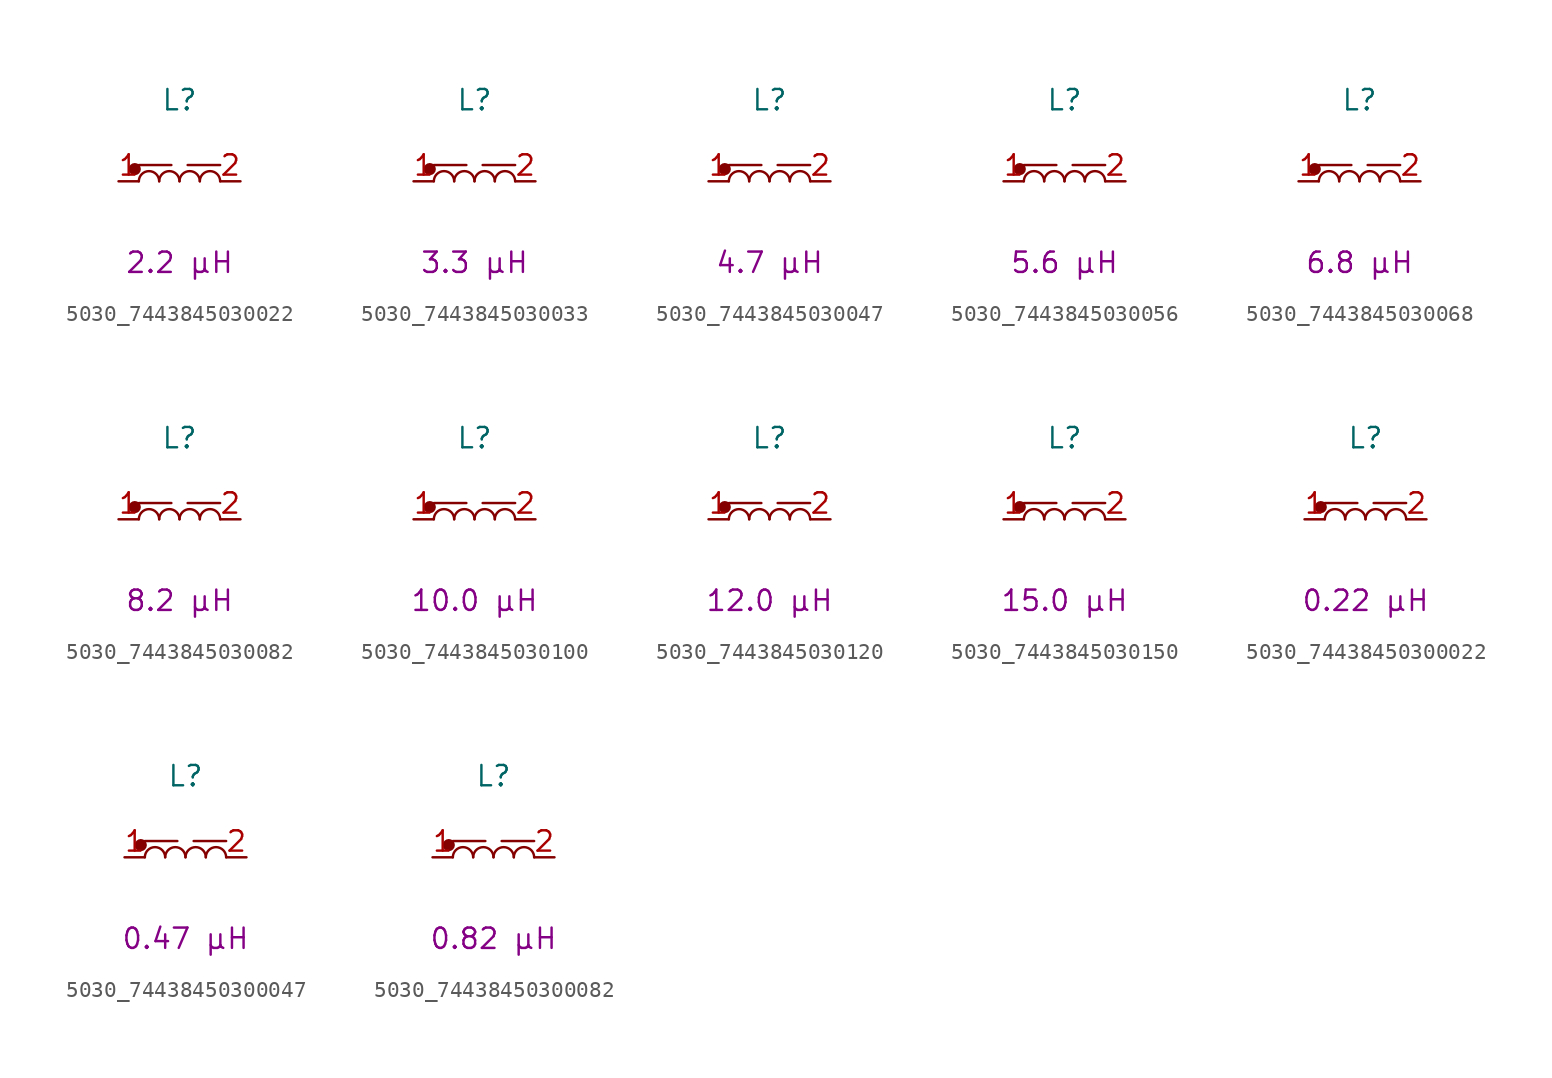
<source format=kicad_sym>
(kicad_symbol_lib
  (version 20220914)
  (generator kicad_symbol_editor)
  (symbol "5030_7443845030022"
    (pin_names hide)
    (property "Reference" "L"
      (at 0 5.08 0)
      (effects (font (size 1.27 1.27))))
    (property "Critical Parameter" "2.2 µH"
      (at 0 -5.08 0)
      (effects (font (size 1.27 1.27))))
    (symbol "5030_7443845030022_0_1"
      (arc (start -1.27 0) (mid -1.905 0.6323) (end -2.54 0) (stroke (width 0) (type default)) (fill (type none)))
      (arc (start 0 0) (mid -0.635 0.6323) (end -1.27 0) (stroke (width 0) (type default)) (fill (type none)))
      (polyline (pts (xy -2.54 1.016) (xy -0.508 1.016)) (stroke (width 0) (type default)) (fill (type none)))
      (arc (start 1.27 0) (mid 0.635 0.6323) (end 0 0) (stroke (width 0) (type default)) (fill (type none)))
      (arc (start 2.54 0) (mid 1.905 0.6323) (end 1.27 0) (stroke (width 0) (type default)) (fill (type none))))
    (symbol "5030_7443845030022_1_1"
      (circle (center -2.794 0.762) (radius 0.0001) (stroke (width 0.381) (type default)) (fill (type none)))
      (polyline (pts (xy 2.54 1.016) (xy 0.508 1.016)) (stroke (width 0) (type default)) (fill (type none)))
      (pin passive line (at -3.81 0 0) (length 1.27) (name "1" (effects (font (size 1.27 1.27)))) (number "1" (effects (font (size 1.27 1.27)))))
      (pin passive line (at 3.81 0 180) (length 1.27) (name "2" (effects (font (size 1.27 1.27)))) (number "2" (effects (font (size 1.27 1.27)))))))
  (symbol "5030_7443845030033"
    (pin_names hide)
    (property "Reference" "L"
      (at 0 5.08 0)
      (effects (font (size 1.27 1.27))))
    (property "Critical Parameter" "3.3 µH"
      (at 0 -5.08 0)
      (effects (font (size 1.27 1.27))))
    (symbol "5030_7443845030033_0_1"
      (arc (start -1.27 0) (mid -1.905 0.6323) (end -2.54 0) (stroke (width 0) (type default)) (fill (type none)))
      (arc (start 0 0) (mid -0.635 0.6323) (end -1.27 0) (stroke (width 0) (type default)) (fill (type none)))
      (polyline (pts (xy -2.54 1.016) (xy -0.508 1.016)) (stroke (width 0) (type default)) (fill (type none)))
      (arc (start 1.27 0) (mid 0.635 0.6323) (end 0 0) (stroke (width 0) (type default)) (fill (type none)))
      (arc (start 2.54 0) (mid 1.905 0.6323) (end 1.27 0) (stroke (width 0) (type default)) (fill (type none))))
    (symbol "5030_7443845030033_1_1"
      (circle (center -2.794 0.762) (radius 0.0001) (stroke (width 0.381) (type default)) (fill (type none)))
      (polyline (pts (xy 2.54 1.016) (xy 0.508 1.016)) (stroke (width 0) (type default)) (fill (type none)))
      (pin passive line (at -3.81 0 0) (length 1.27) (name "1" (effects (font (size 1.27 1.27)))) (number "1" (effects (font (size 1.27 1.27)))))
      (pin passive line (at 3.81 0 180) (length 1.27) (name "2" (effects (font (size 1.27 1.27)))) (number "2" (effects (font (size 1.27 1.27)))))))
  (symbol "5030_7443845030047"
    (pin_names hide)
    (property "Reference" "L"
      (at 0 5.08 0)
      (effects (font (size 1.27 1.27))))
    (property "Critical Parameter" "4.7 µH"
      (at 0 -5.08 0)
      (effects (font (size 1.27 1.27))))
    (symbol "5030_7443845030047_0_1"
      (arc (start -1.27 0) (mid -1.905 0.6323) (end -2.54 0) (stroke (width 0) (type default)) (fill (type none)))
      (arc (start 0 0) (mid -0.635 0.6323) (end -1.27 0) (stroke (width 0) (type default)) (fill (type none)))
      (polyline (pts (xy -2.54 1.016) (xy -0.508 1.016)) (stroke (width 0) (type default)) (fill (type none)))
      (arc (start 1.27 0) (mid 0.635 0.6323) (end 0 0) (stroke (width 0) (type default)) (fill (type none)))
      (arc (start 2.54 0) (mid 1.905 0.6323) (end 1.27 0) (stroke (width 0) (type default)) (fill (type none))))
    (symbol "5030_7443845030047_1_1"
      (circle (center -2.794 0.762) (radius 0.0001) (stroke (width 0.381) (type default)) (fill (type none)))
      (polyline (pts (xy 2.54 1.016) (xy 0.508 1.016)) (stroke (width 0) (type default)) (fill (type none)))
      (pin passive line (at -3.81 0 0) (length 1.27) (name "1" (effects (font (size 1.27 1.27)))) (number "1" (effects (font (size 1.27 1.27)))))
      (pin passive line (at 3.81 0 180) (length 1.27) (name "2" (effects (font (size 1.27 1.27)))) (number "2" (effects (font (size 1.27 1.27)))))))
  (symbol "5030_7443845030056"
    (pin_names hide)
    (property "Reference" "L"
      (at 0 5.08 0)
      (effects (font (size 1.27 1.27))))
    (property "Critical Parameter" "5.6 µH"
      (at 0 -5.08 0)
      (effects (font (size 1.27 1.27))))
    (symbol "5030_7443845030056_0_1"
      (arc (start -1.27 0) (mid -1.905 0.6323) (end -2.54 0) (stroke (width 0) (type default)) (fill (type none)))
      (arc (start 0 0) (mid -0.635 0.6323) (end -1.27 0) (stroke (width 0) (type default)) (fill (type none)))
      (polyline (pts (xy -2.54 1.016) (xy -0.508 1.016)) (stroke (width 0) (type default)) (fill (type none)))
      (arc (start 1.27 0) (mid 0.635 0.6323) (end 0 0) (stroke (width 0) (type default)) (fill (type none)))
      (arc (start 2.54 0) (mid 1.905 0.6323) (end 1.27 0) (stroke (width 0) (type default)) (fill (type none))))
    (symbol "5030_7443845030056_1_1"
      (circle (center -2.794 0.762) (radius 0.0001) (stroke (width 0.381) (type default)) (fill (type none)))
      (polyline (pts (xy 2.54 1.016) (xy 0.508 1.016)) (stroke (width 0) (type default)) (fill (type none)))
      (pin passive line (at -3.81 0 0) (length 1.27) (name "1" (effects (font (size 1.27 1.27)))) (number "1" (effects (font (size 1.27 1.27)))))
      (pin passive line (at 3.81 0 180) (length 1.27) (name "2" (effects (font (size 1.27 1.27)))) (number "2" (effects (font (size 1.27 1.27)))))))
  (symbol "5030_7443845030068"
    (pin_names hide)
    (property "Reference" "L"
      (at 0 5.08 0)
      (effects (font (size 1.27 1.27))))
    (property "Critical Parameter" "6.8 µH"
      (at 0 -5.08 0)
      (effects (font (size 1.27 1.27))))
    (symbol "5030_7443845030068_0_1"
      (arc (start -1.27 0) (mid -1.905 0.6323) (end -2.54 0) (stroke (width 0) (type default)) (fill (type none)))
      (arc (start 0 0) (mid -0.635 0.6323) (end -1.27 0) (stroke (width 0) (type default)) (fill (type none)))
      (polyline (pts (xy -2.54 1.016) (xy -0.508 1.016)) (stroke (width 0) (type default)) (fill (type none)))
      (arc (start 1.27 0) (mid 0.635 0.6323) (end 0 0) (stroke (width 0) (type default)) (fill (type none)))
      (arc (start 2.54 0) (mid 1.905 0.6323) (end 1.27 0) (stroke (width 0) (type default)) (fill (type none))))
    (symbol "5030_7443845030068_1_1"
      (circle (center -2.794 0.762) (radius 0.0001) (stroke (width 0.381) (type default)) (fill (type none)))
      (polyline (pts (xy 2.54 1.016) (xy 0.508 1.016)) (stroke (width 0) (type default)) (fill (type none)))
      (pin passive line (at -3.81 0 0) (length 1.27) (name "1" (effects (font (size 1.27 1.27)))) (number "1" (effects (font (size 1.27 1.27)))))
      (pin passive line (at 3.81 0 180) (length 1.27) (name "2" (effects (font (size 1.27 1.27)))) (number "2" (effects (font (size 1.27 1.27)))))))
  (symbol "5030_7443845030082"
    (pin_names hide)
    (property "Reference" "L"
      (at 0 5.08 0)
      (effects (font (size 1.27 1.27))))
    (property "Critical Parameter" "8.2 µH"
      (at 0 -5.08 0)
      (effects (font (size 1.27 1.27))))
    (symbol "5030_7443845030082_0_1"
      (arc (start -1.27 0) (mid -1.905 0.6323) (end -2.54 0) (stroke (width 0) (type default)) (fill (type none)))
      (arc (start 0 0) (mid -0.635 0.6323) (end -1.27 0) (stroke (width 0) (type default)) (fill (type none)))
      (polyline (pts (xy -2.54 1.016) (xy -0.508 1.016)) (stroke (width 0) (type default)) (fill (type none)))
      (arc (start 1.27 0) (mid 0.635 0.6323) (end 0 0) (stroke (width 0) (type default)) (fill (type none)))
      (arc (start 2.54 0) (mid 1.905 0.6323) (end 1.27 0) (stroke (width 0) (type default)) (fill (type none))))
    (symbol "5030_7443845030082_1_1"
      (circle (center -2.794 0.762) (radius 0.0001) (stroke (width 0.381) (type default)) (fill (type none)))
      (polyline (pts (xy 2.54 1.016) (xy 0.508 1.016)) (stroke (width 0) (type default)) (fill (type none)))
      (pin passive line (at -3.81 0 0) (length 1.27) (name "1" (effects (font (size 1.27 1.27)))) (number "1" (effects (font (size 1.27 1.27)))))
      (pin passive line (at 3.81 0 180) (length 1.27) (name "2" (effects (font (size 1.27 1.27)))) (number "2" (effects (font (size 1.27 1.27)))))))
  (symbol "5030_7443845030100"
    (pin_names hide)
    (property "Reference" "L"
      (at 0 5.08 0)
      (effects (font (size 1.27 1.27))))
    (property "Critical Parameter" "10.0 µH"
      (at 0 -5.08 0)
      (effects (font (size 1.27 1.27))))
    (symbol "5030_7443845030100_0_1"
      (arc (start -1.27 0) (mid -1.905 0.6323) (end -2.54 0) (stroke (width 0) (type default)) (fill (type none)))
      (arc (start 0 0) (mid -0.635 0.6323) (end -1.27 0) (stroke (width 0) (type default)) (fill (type none)))
      (polyline (pts (xy -2.54 1.016) (xy -0.508 1.016)) (stroke (width 0) (type default)) (fill (type none)))
      (arc (start 1.27 0) (mid 0.635 0.6323) (end 0 0) (stroke (width 0) (type default)) (fill (type none)))
      (arc (start 2.54 0) (mid 1.905 0.6323) (end 1.27 0) (stroke (width 0) (type default)) (fill (type none))))
    (symbol "5030_7443845030100_1_1"
      (circle (center -2.794 0.762) (radius 0.0001) (stroke (width 0.381) (type default)) (fill (type none)))
      (polyline (pts (xy 2.54 1.016) (xy 0.508 1.016)) (stroke (width 0) (type default)) (fill (type none)))
      (pin passive line (at -3.81 0 0) (length 1.27) (name "1" (effects (font (size 1.27 1.27)))) (number "1" (effects (font (size 1.27 1.27)))))
      (pin passive line (at 3.81 0 180) (length 1.27) (name "2" (effects (font (size 1.27 1.27)))) (number "2" (effects (font (size 1.27 1.27)))))))
  (symbol "5030_7443845030120"
    (pin_names hide)
    (property "Reference" "L"
      (at 0 5.08 0)
      (effects (font (size 1.27 1.27))))
    (property "Critical Parameter" "12.0 µH"
      (at 0 -5.08 0)
      (effects (font (size 1.27 1.27))))
    (symbol "5030_7443845030120_0_1"
      (arc (start -1.27 0) (mid -1.905 0.6323) (end -2.54 0) (stroke (width 0) (type default)) (fill (type none)))
      (arc (start 0 0) (mid -0.635 0.6323) (end -1.27 0) (stroke (width 0) (type default)) (fill (type none)))
      (polyline (pts (xy -2.54 1.016) (xy -0.508 1.016)) (stroke (width 0) (type default)) (fill (type none)))
      (arc (start 1.27 0) (mid 0.635 0.6323) (end 0 0) (stroke (width 0) (type default)) (fill (type none)))
      (arc (start 2.54 0) (mid 1.905 0.6323) (end 1.27 0) (stroke (width 0) (type default)) (fill (type none))))
    (symbol "5030_7443845030120_1_1"
      (circle (center -2.794 0.762) (radius 0.0001) (stroke (width 0.381) (type default)) (fill (type none)))
      (polyline (pts (xy 2.54 1.016) (xy 0.508 1.016)) (stroke (width 0) (type default)) (fill (type none)))
      (pin passive line (at -3.81 0 0) (length 1.27) (name "1" (effects (font (size 1.27 1.27)))) (number "1" (effects (font (size 1.27 1.27)))))
      (pin passive line (at 3.81 0 180) (length 1.27) (name "2" (effects (font (size 1.27 1.27)))) (number "2" (effects (font (size 1.27 1.27)))))))
  (symbol "5030_7443845030150"
    (pin_names hide)
    (property "Reference" "L"
      (at 0 5.08 0)
      (effects (font (size 1.27 1.27))))
    (property "Critical Parameter" "15.0 µH"
      (at 0 -5.08 0)
      (effects (font (size 1.27 1.27))))
    (symbol "5030_7443845030150_0_1"
      (arc (start -1.27 0) (mid -1.905 0.6323) (end -2.54 0) (stroke (width 0) (type default)) (fill (type none)))
      (arc (start 0 0) (mid -0.635 0.6323) (end -1.27 0) (stroke (width 0) (type default)) (fill (type none)))
      (polyline (pts (xy -2.54 1.016) (xy -0.508 1.016)) (stroke (width 0) (type default)) (fill (type none)))
      (arc (start 1.27 0) (mid 0.635 0.6323) (end 0 0) (stroke (width 0) (type default)) (fill (type none)))
      (arc (start 2.54 0) (mid 1.905 0.6323) (end 1.27 0) (stroke (width 0) (type default)) (fill (type none))))
    (symbol "5030_7443845030150_1_1"
      (circle (center -2.794 0.762) (radius 0.0001) (stroke (width 0.381) (type default)) (fill (type none)))
      (polyline (pts (xy 2.54 1.016) (xy 0.508 1.016)) (stroke (width 0) (type default)) (fill (type none)))
      (pin passive line (at -3.81 0 0) (length 1.27) (name "1" (effects (font (size 1.27 1.27)))) (number "1" (effects (font (size 1.27 1.27)))))
      (pin passive line (at 3.81 0 180) (length 1.27) (name "2" (effects (font (size 1.27 1.27)))) (number "2" (effects (font (size 1.27 1.27)))))))
  (symbol "5030_74438450300022"
    (pin_names hide)
    (property "Reference" "L"
      (at 0 5.08 0)
      (effects (font (size 1.27 1.27))))
    (property "Critical Parameter" "0.22 µH"
      (at 0 -5.08 0)
      (effects (font (size 1.27 1.27))))
    (symbol "5030_74438450300022_0_1"
      (arc (start -1.27 0) (mid -1.905 0.6323) (end -2.54 0) (stroke (width 0) (type default)) (fill (type none)))
      (arc (start 0 0) (mid -0.635 0.6323) (end -1.27 0) (stroke (width 0) (type default)) (fill (type none)))
      (polyline (pts (xy -2.54 1.016) (xy -0.508 1.016)) (stroke (width 0) (type default)) (fill (type none)))
      (arc (start 1.27 0) (mid 0.635 0.6323) (end 0 0) (stroke (width 0) (type default)) (fill (type none)))
      (arc (start 2.54 0) (mid 1.905 0.6323) (end 1.27 0) (stroke (width 0) (type default)) (fill (type none))))
    (symbol "5030_74438450300022_1_1"
      (circle (center -2.794 0.762) (radius 0.0001) (stroke (width 0.381) (type default)) (fill (type none)))
      (polyline (pts (xy 2.54 1.016) (xy 0.508 1.016)) (stroke (width 0) (type default)) (fill (type none)))
      (pin passive line (at -3.81 0 0) (length 1.27) (name "1" (effects (font (size 1.27 1.27)))) (number "1" (effects (font (size 1.27 1.27)))))
      (pin passive line (at 3.81 0 180) (length 1.27) (name "2" (effects (font (size 1.27 1.27)))) (number "2" (effects (font (size 1.27 1.27)))))))
  (symbol "5030_74438450300047"
    (pin_names hide)
    (property "Reference" "L"
      (at 0 5.08 0)
      (effects (font (size 1.27 1.27))))
    (property "Critical Parameter" "0.47 µH"
      (at 0 -5.08 0)
      (effects (font (size 1.27 1.27))))
    (symbol "5030_74438450300047_0_1"
      (arc (start -1.27 0) (mid -1.905 0.6323) (end -2.54 0) (stroke (width 0) (type default)) (fill (type none)))
      (arc (start 0 0) (mid -0.635 0.6323) (end -1.27 0) (stroke (width 0) (type default)) (fill (type none)))
      (polyline (pts (xy -2.54 1.016) (xy -0.508 1.016)) (stroke (width 0) (type default)) (fill (type none)))
      (arc (start 1.27 0) (mid 0.635 0.6323) (end 0 0) (stroke (width 0) (type default)) (fill (type none)))
      (arc (start 2.54 0) (mid 1.905 0.6323) (end 1.27 0) (stroke (width 0) (type default)) (fill (type none))))
    (symbol "5030_74438450300047_1_1"
      (circle (center -2.794 0.762) (radius 0.0001) (stroke (width 0.381) (type default)) (fill (type none)))
      (polyline (pts (xy 2.54 1.016) (xy 0.508 1.016)) (stroke (width 0) (type default)) (fill (type none)))
      (pin passive line (at -3.81 0 0) (length 1.27) (name "1" (effects (font (size 1.27 1.27)))) (number "1" (effects (font (size 1.27 1.27)))))
      (pin passive line (at 3.81 0 180) (length 1.27) (name "2" (effects (font (size 1.27 1.27)))) (number "2" (effects (font (size 1.27 1.27)))))))
  (symbol "5030_74438450300082"
    (pin_names hide)
    (property "Reference" "L"
      (at 0 5.08 0)
      (effects (font (size 1.27 1.27))))
    (property "Critical Parameter" "0.82 µH"
      (at 0 -5.08 0)
      (effects (font (size 1.27 1.27))))
    (symbol "5030_74438450300082_0_1"
      (arc (start -1.27 0) (mid -1.905 0.6323) (end -2.54 0) (stroke (width 0) (type default)) (fill (type none)))
      (arc (start 0 0) (mid -0.635 0.6323) (end -1.27 0) (stroke (width 0) (type default)) (fill (type none)))
      (polyline (pts (xy -2.54 1.016) (xy -0.508 1.016)) (stroke (width 0) (type default)) (fill (type none)))
      (arc (start 1.27 0) (mid 0.635 0.6323) (end 0 0) (stroke (width 0) (type default)) (fill (type none)))
      (arc (start 2.54 0) (mid 1.905 0.6323) (end 1.27 0) (stroke (width 0) (type default)) (fill (type none))))
    (symbol "5030_74438450300082_1_1"
      (circle (center -2.794 0.762) (radius 0.0001) (stroke (width 0.381) (type default)) (fill (type none)))
      (polyline (pts (xy 2.54 1.016) (xy 0.508 1.016)) (stroke (width 0) (type default)) (fill (type none)))
      (pin passive line (at -3.81 0 0) (length 1.27) (name "1" (effects (font (size 1.27 1.27)))) (number "1" (effects (font (size 1.27 1.27)))))
      (pin passive line (at 3.81 0 180) (length 1.27) (name "2" (effects (font (size 1.27 1.27)))) (number "2" (effects (font (size 1.27 1.27))))))))
</source>
